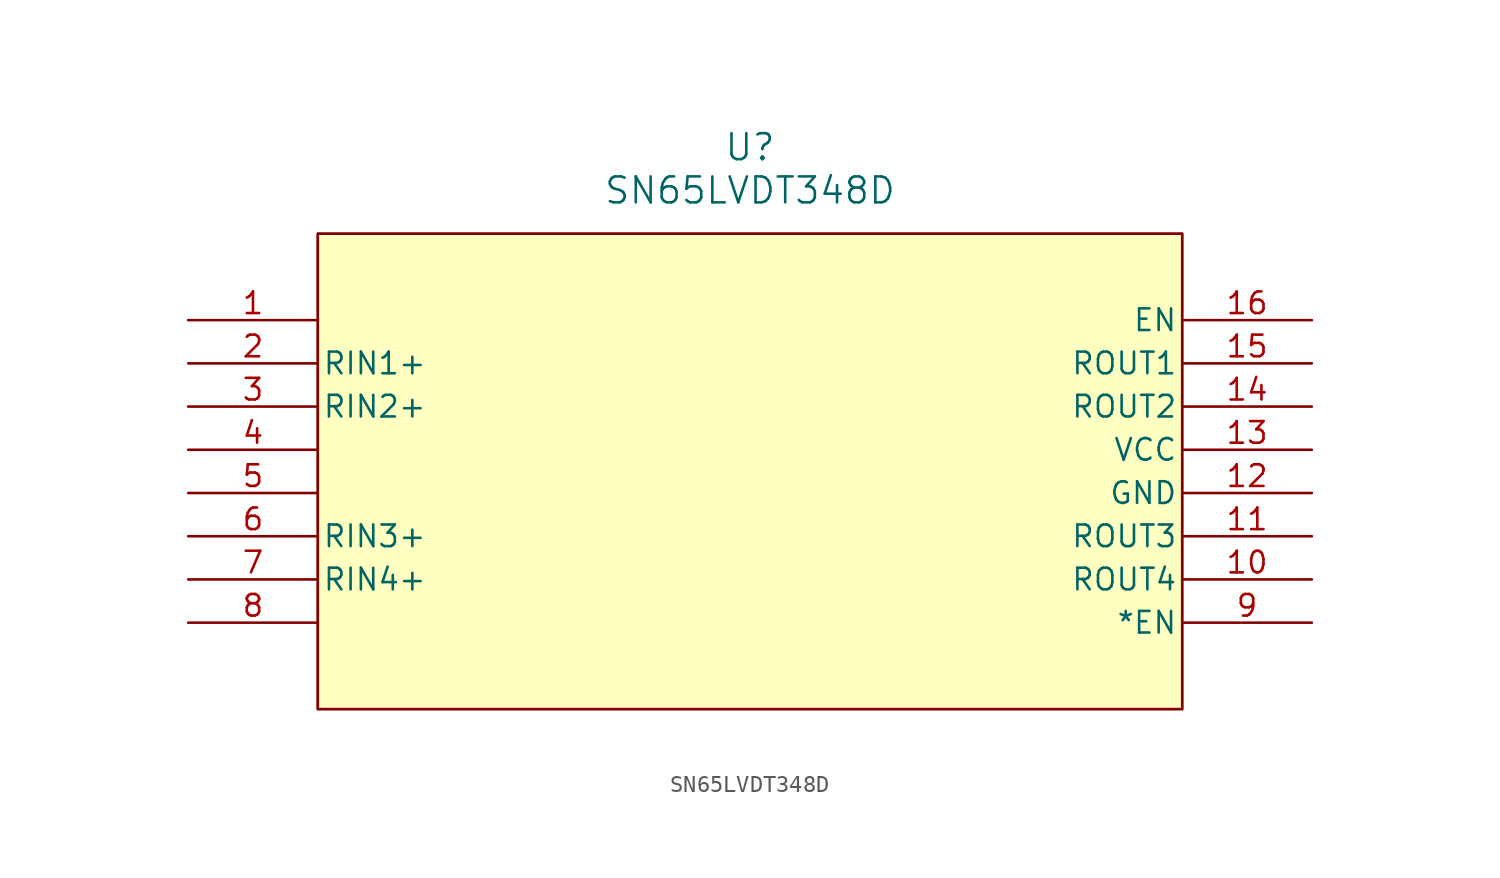
<source format=kicad_sym>
(kicad_symbol_lib
  (version 20231120)
  (generator "kicad_symbol_editor")
  (generator_version "8.0")
  (symbol "SN65LVDT348D"
    (pin_names
      (offset 0.254))
    (property "Reference" "U"
      (at 33.02 10.16 0)
      (effects (font (size 1.524 1.524))))
    (property "Value" "SN65LVDT348D"
      (at 33.02 7.62 0)
      (effects (font (size 1.524 1.524))))
    (property "ki_locked" ""
      (at 0 0 0)
      (effects (font (size 1.27 1.27))))
    (symbol "SN65LVDT348D_0_1"
      (polyline (pts (xy 7.62 -22.86) (xy 58.42 -22.86)) (stroke (width 0.127) (type default)) (fill (type none)))
      (polyline (pts (xy 7.62 5.08) (xy 7.62 -22.86)) (stroke (width 0.127) (type default)) (fill (type none)))
      (polyline (pts (xy 58.42 -22.86) (xy 58.42 5.08)) (stroke (width 0.127) (type default)) (fill (type none)))
      (polyline (pts (xy 58.42 5.08) (xy 7.62 5.08)) (stroke (width 0.127) (type default)) (fill (type background)))
      (rectangle (start 7.62 5.08) (end 58.42 -22.86) (stroke (width 0) (type default)) (fill (type background)))
      (pin input line (at 0 0 0) (length 7.62) (name "" (effects (font (size 1.27 1.27)))) (number "1" (effects (font (size 1.27 1.27)))))
      (pin output line (at 66.04 -15.24 180) (length 7.62) (name "ROUT4" (effects (font (size 1.27 1.27)))) (number "10" (effects (font (size 1.27 1.27)))))
      (pin output line (at 66.04 -12.7 180) (length 7.62) (name "ROUT3" (effects (font (size 1.27 1.27)))) (number "11" (effects (font (size 1.27 1.27)))))
      (pin power_in line (at 66.04 -10.16 180) (length 7.62) (name "GND" (effects (font (size 1.27 1.27)))) (number "12" (effects (font (size 1.27 1.27)))))
      (pin power_in line (at 66.04 -7.62 180) (length 7.62) (name "VCC" (effects (font (size 1.27 1.27)))) (number "13" (effects (font (size 1.27 1.27)))))
      (pin output line (at 66.04 -5.08 180) (length 7.62) (name "ROUT2" (effects (font (size 1.27 1.27)))) (number "14" (effects (font (size 1.27 1.27)))))
      (pin output line (at 66.04 -2.54 180) (length 7.62) (name "ROUT1" (effects (font (size 1.27 1.27)))) (number "15" (effects (font (size 1.27 1.27)))))
      (pin unspecified line (at 66.04 0 180) (length 7.62) (name "EN" (effects (font (size 1.27 1.27)))) (number "16" (effects (font (size 1.27 1.27)))))
      (pin input line (at 0 -2.54 0) (length 7.62) (name "RIN1+" (effects (font (size 1.27 1.27)))) (number "2" (effects (font (size 1.27 1.27)))))
      (pin input line (at 0 -5.08 0) (length 7.62) (name "RIN2+" (effects (font (size 1.27 1.27)))) (number "3" (effects (font (size 1.27 1.27)))))
      (pin input line (at 0 -7.62 0) (length 7.62) (name "" (effects (font (size 1.27 1.27)))) (number "4" (effects (font (size 1.27 1.27)))))
      (pin input line (at 0 -10.16 0) (length 7.62) (name "" (effects (font (size 1.27 1.27)))) (number "5" (effects (font (size 1.27 1.27)))))
      (pin input line (at 0 -12.7 0) (length 7.62) (name "RIN3+" (effects (font (size 1.27 1.27)))) (number "6" (effects (font (size 1.27 1.27)))))
      (pin input line (at 0 -15.24 0) (length 7.62) (name "RIN4+" (effects (font (size 1.27 1.27)))) (number "7" (effects (font (size 1.27 1.27)))))
      (pin input line (at 0 -17.78 0) (length 7.62) (name "" (effects (font (size 1.27 1.27)))) (number "8" (effects (font (size 1.27 1.27)))))
      (pin unspecified line (at 66.04 -17.78 180) (length 7.62) (name "*EN" (effects (font (size 1.27 1.27)))) (number "9" (effects (font (size 1.27 1.27))))))))
</source>
